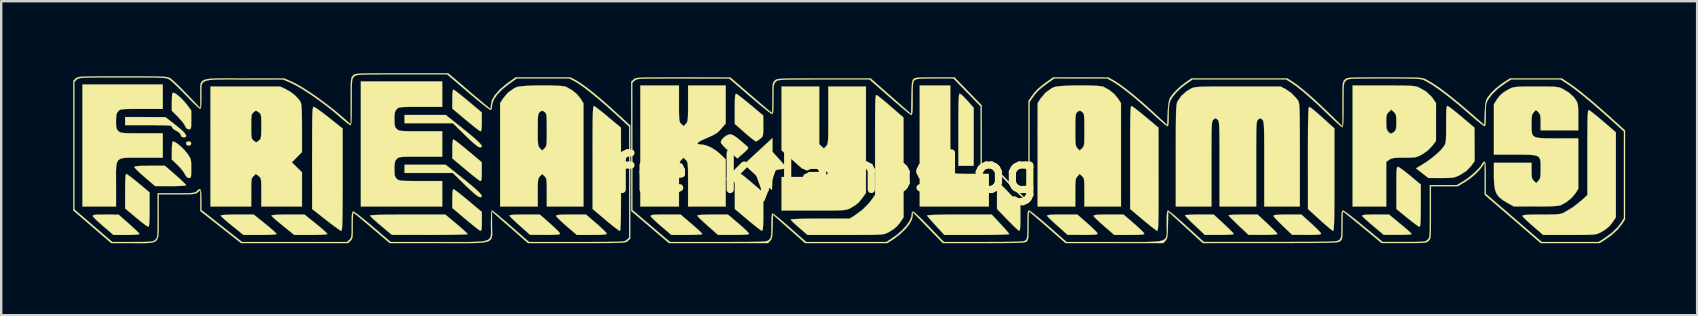
<source format=kicad_pcb>
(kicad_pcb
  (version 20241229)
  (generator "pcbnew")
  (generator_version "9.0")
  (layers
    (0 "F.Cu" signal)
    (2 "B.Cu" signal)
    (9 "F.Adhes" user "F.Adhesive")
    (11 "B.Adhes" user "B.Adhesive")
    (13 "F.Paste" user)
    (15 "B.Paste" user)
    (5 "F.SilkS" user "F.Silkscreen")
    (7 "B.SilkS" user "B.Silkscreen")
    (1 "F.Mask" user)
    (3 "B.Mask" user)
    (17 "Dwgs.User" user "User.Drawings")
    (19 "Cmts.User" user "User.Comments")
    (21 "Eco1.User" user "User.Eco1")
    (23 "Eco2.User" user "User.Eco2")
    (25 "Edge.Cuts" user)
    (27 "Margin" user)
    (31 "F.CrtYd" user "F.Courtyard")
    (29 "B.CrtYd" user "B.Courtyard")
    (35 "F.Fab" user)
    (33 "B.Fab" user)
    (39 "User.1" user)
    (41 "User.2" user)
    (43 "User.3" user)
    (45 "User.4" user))
  (footprint "freakylampsLogo"
    (layer "F.Cu")
    (at 32.051 4.154)
    (property "Reference" "freakylampsLogo" (at 0 0 0) (layer "F.SilkS") (effects (font (size 1.524 1.524) (thickness 0.3))))
    (attr through_hole)
    (fp_poly (pts (xy -27.159 -1.292) (xy -27.136 -1.228) (xy -27.16 -1.161) (xy -27.241 -1.143) (xy -27.324 -1.163) (xy -27.347 -1.228) (xy -27.323 -1.294) (xy -27.241 -1.312) (xy -27.159 -1.292)) (stroke (width 0.01) (type solid)) (fill yes) (layer "F.SilkS"))
    (fp_poly (pts (xy -16.531 -0.338) (xy -15.79 0.253) (xy -15.51 0.481) (xy -15.296 0.664) (xy -15.146 0.804) (xy -15.057 0.905) (xy -15.026 0.971) (xy -15.051 1.004) (xy -15.121 1.008) (xy -15.193 0.973) (xy -15.316 0.879) (xy -15.484 0.731) (xy -15.693 0.533) (xy -15.727 0.5) (xy -16.235 0.000094) (xy -18.246 0) (xy -18.246 -0.339) (xy -16.531 -0.338)) (stroke (width 0.01) (type solid)) (fill yes) (layer "F.SilkS"))
    (fp_poly (pts (xy 4.935 -3.272) (xy 5.026 -3.192) (xy 5.14 -3.076) (xy 5.201 -3.009) (xy 5.461 -2.717) (xy 5.461 -0.296) (xy 4.826 -0.296) (xy 4.826 -1.799) (xy 4.826 -2.205) (xy 4.828 -2.535) (xy 4.831 -2.794) (xy 4.836 -2.991) (xy 4.843 -3.132) (xy 4.852 -3.226) (xy 4.864 -3.28) (xy 4.879 -3.301) (xy 4.883 -3.302) (xy 4.935 -3.272)) (stroke (width 0.01) (type solid)) (fill yes) (layer "F.SilkS"))
    (fp_poly (pts (xy -17.388 -2.413) (xy -16.531 -2.413) (xy -15.79 -1.821) (xy -15.51 -1.593) (xy -15.296 -1.411) (xy -15.146 -1.27) (xy -15.057 -1.169) (xy -15.026 -1.104) (xy -15.051 -1.071) (xy -15.121 -1.067) (xy -15.193 -1.101) (xy -15.316 -1.195) (xy -15.484 -1.343) (xy -15.693 -1.541) (xy -15.727 -1.575) (xy -16.235 -2.074) (xy -18.246 -2.074) (xy -18.246 -2.413) (xy -17.388 -2.413)) (stroke (width 0.01) (type solid)) (fill yes) (layer "F.SilkS"))
    (fp_poly (pts (xy -4.617 -1.596) (xy -4.535 -1.558) (xy -4.426 -1.484) (xy -4.281 -1.369) (xy -4.09 -1.207) (xy -3.946 -1.08) (xy -3.931 -1.043) (xy -3.961 -0.987) (xy -4.046 -0.9) (xy -4.137 -0.818) (xy -4.382 -0.605) (xy -4.721 -0.894) (xy -4.863 -1.022) (xy -4.978 -1.139) (xy -5.052 -1.229) (xy -5.072 -1.267) (xy -5.049 -1.357) (xy -4.97 -1.456) (xy -4.86 -1.543) (xy -4.741 -1.598) (xy -4.683 -1.607) (xy -4.617 -1.596)) (stroke (width 0.01) (type solid)) (fill yes) (layer "F.SilkS"))
    (fp_poly (pts (xy -16.167 -3.445) (xy -16.069 -3.373) (xy -15.929 -3.264) (xy -15.758 -3.126) (xy -15.6 -2.995) (xy -15.031 -2.519) (xy -15.03 -2.127) (xy -15.033 -1.929) (xy -15.044 -1.805) (xy -15.064 -1.745) (xy -15.081 -1.737) (xy -15.13 -1.763) (xy -15.231 -1.836) (xy -15.373 -1.946) (xy -15.544 -2.084) (xy -15.695 -2.21) (xy -16.256 -2.681) (xy -16.256 -3.076) (xy -16.252 -3.271) (xy -16.239 -3.405) (xy -16.219 -3.468) (xy -16.212 -3.471) (xy -16.167 -3.445)) (stroke (width 0.01) (type solid)) (fill yes) (layer "F.SilkS"))
    (fp_poly (pts (xy -16.167 -1.371) (xy -16.069 -1.299) (xy -15.929 -1.19) (xy -15.758 -1.052) (xy -15.6 -0.921) (xy -15.031 -0.445) (xy -15.03 -0.053) (xy -15.033 0.146) (xy -15.044 0.27) (xy -15.064 0.329) (xy -15.081 0.338) (xy -15.13 0.311) (xy -15.231 0.238) (xy -15.373 0.129) (xy -15.544 -0.01) (xy -15.695 -0.135) (xy -16.256 -0.607) (xy -16.256 -1.002) (xy -16.252 -1.196) (xy -16.239 -1.33) (xy -16.219 -1.393) (xy -16.212 -1.397) (xy -16.167 -1.371)) (stroke (width 0.01) (type solid)) (fill yes) (layer "F.SilkS"))
    (fp_poly (pts (xy -16.163 0.703) (xy -16.063 0.776) (xy -15.923 0.885) (xy -15.752 1.023) (xy -15.595 1.153) (xy -15.028 1.629) (xy -15.028 2.021) (xy -15.032 2.22) (xy -15.043 2.344) (xy -15.064 2.403) (xy -15.081 2.411) (xy -15.13 2.384) (xy -15.23 2.311) (xy -15.372 2.2) (xy -15.543 2.061) (xy -15.695 1.935) (xy -16.256 1.46) (xy -16.256 1.069) (xy -16.251 0.856) (xy -16.236 0.726) (xy -16.211 0.678) (xy -16.209 0.677) (xy -16.163 0.703)) (stroke (width 0.01) (type solid)) (fill yes) (layer "F.SilkS"))
    (fp_poly (pts (xy -2.921 -0.881) (xy -2.625 -0.553) (xy -2.502 -0.416) (xy -2.404 -0.302) (xy -2.343 -0.226) (xy -2.328 -0.203) (xy -2.367 -0.187) (xy -2.465 -0.169) (xy -2.564 -0.157) (xy -2.706 -0.135) (xy -2.817 -0.104) (xy -2.859 -0.084) (xy -2.894 -0.014) (xy -2.918 0.13) (xy -2.93 0.338) (xy -2.942 0.711) (xy -4.103 -0.358) (xy -3.713 -0.719) (xy -3.54 -0.879) (xy -3.368 -1.038) (xy -3.218 -1.177) (xy -3.122 -1.265) (xy -2.921 -1.451) (xy -2.921 -0.881)) (stroke (width 0.01) (type solid)) (fill yes) (layer "F.SilkS"))
    (fp_poly (pts (xy 4.487 -1.869) (xy 4.488 -1.434) (xy 4.488 -1.076) (xy 4.49 -0.787) (xy 4.493 -0.559) (xy 4.497 -0.384) (xy 4.504 -0.255) (xy 4.513 -0.164) (xy 4.524 -0.102) (xy 4.538 -0.063) (xy 4.555 -0.037) (xy 4.565 -0.028) (xy 4.605 -0.002) (xy 4.667 0.017) (xy 4.765 0.03) (xy 4.909 0.038) (xy 5.115 0.041) (xy 5.369 0.042) (xy 6.096 0.042) (xy 6.096 1.397) (xy 3.217 1.397) (xy 3.217 -3.641) (xy 4.487 -3.641) (xy 4.487 -1.869)) (stroke (width 0.01) (type solid)) (fill yes) (layer "F.SilkS"))
    (fp_poly (pts (xy -30.705 1.737) (xy -30.163 1.738) (xy -29.729 2.119) (xy -29.57 2.262) (xy -29.437 2.386) (xy -29.342 2.481) (xy -29.297 2.535) (xy -29.295 2.542) (xy -29.335 2.558) (xy -29.448 2.571) (xy -29.621 2.579) (xy -29.834 2.582) (xy -30.374 2.582) (xy -30.797 2.221) (xy -30.957 2.081) (xy -31.091 1.957) (xy -31.187 1.86) (xy -31.233 1.802) (xy -31.235 1.798) (xy -31.228 1.772) (xy -31.187 1.754) (xy -31.099 1.743) (xy -30.953 1.738) (xy -30.735 1.737) (xy -30.705 1.737)) (stroke (width 0.01) (type solid)) (fill yes) (layer "F.SilkS"))
    (fp_poly (pts (xy -27.788 0.088) (xy -27.628 0.23) (xy -27.494 0.354) (xy -27.397 0.449) (xy -27.35 0.504) (xy -27.347 0.511) (xy -27.388 0.525) (xy -27.5 0.537) (xy -27.672 0.545) (xy -27.891 0.549) (xy -27.993 0.549) (xy -28.639 0.548) (xy -29.069 0.179) (xy -29.229 0.039) (xy -29.362 -0.085) (xy -29.457 -0.181) (xy -29.501 -0.237) (xy -29.503 -0.243) (xy -29.483 -0.265) (xy -29.414 -0.28) (xy -29.287 -0.29) (xy -29.091 -0.295) (xy -28.868 -0.296) (xy -28.229 -0.296) (xy -27.788 0.088)) (stroke (width 0.01) (type solid)) (fill yes) (layer "F.SilkS"))
    (fp_poly (pts (xy -24.056 2.118) (xy -23.886 2.257) (xy -23.743 2.379) (xy -23.639 2.474) (xy -23.585 2.531) (xy -23.58 2.541) (xy -23.621 2.557) (xy -23.737 2.569) (xy -23.921 2.578) (xy -24.164 2.582) (xy -24.268 2.582) (xy -24.956 2.582) (xy -25.432 2.2) (xy -25.602 2.061) (xy -25.744 1.939) (xy -25.849 1.844) (xy -25.903 1.787) (xy -25.908 1.777) (xy -25.867 1.761) (xy -25.75 1.749) (xy -25.566 1.74) (xy -25.324 1.736) (xy -25.22 1.736) (xy -24.531 1.736) (xy -24.056 2.118)) (stroke (width 0.01) (type solid)) (fill yes) (layer "F.SilkS"))
    (fp_poly (pts (xy -21.939 2.118) (xy -21.769 2.257) (xy -21.627 2.379) (xy -21.522 2.474) (xy -21.468 2.531) (xy -21.463 2.541) (xy -21.504 2.557) (xy -21.621 2.569) (xy -21.805 2.578) (xy -22.047 2.582) (xy -22.151 2.582) (xy -22.84 2.582) (xy -23.315 2.2) (xy -23.485 2.061) (xy -23.628 1.939) (xy -23.732 1.844) (xy -23.786 1.787) (xy -23.791 1.777) (xy -23.75 1.761) (xy -23.634 1.749) (xy -23.45 1.74) (xy -23.207 1.736) (xy -23.103 1.736) (xy -22.415 1.736) (xy -21.939 2.118)) (stroke (width 0.01) (type solid)) (fill yes) (layer "F.SilkS"))
    (fp_poly (pts (xy -12.19 2.105) (xy -12.034 2.247) (xy -11.904 2.371) (xy -11.812 2.468) (xy -11.77 2.523) (xy -11.769 2.529) (xy -11.789 2.551) (xy -11.858 2.566) (xy -11.983 2.575) (xy -12.176 2.58) (xy -12.393 2.58) (xy -13.018 2.578) (xy -13.439 2.204) (xy -13.597 2.062) (xy -13.73 1.937) (xy -13.826 1.842) (xy -13.874 1.788) (xy -13.877 1.783) (xy -13.853 1.763) (xy -13.763 1.749) (xy -13.601 1.74) (xy -13.362 1.736) (xy -13.252 1.736) (xy -12.612 1.736) (xy -12.19 2.105)) (stroke (width 0.01) (type solid)) (fill yes) (layer "F.SilkS"))
    (fp_poly (pts (xy -10.257 2.106) (xy -10.098 2.247) (xy -9.965 2.371) (xy -9.87 2.467) (xy -9.826 2.523) (xy -9.824 2.529) (xy -9.844 2.551) (xy -9.914 2.566) (xy -10.043 2.576) (xy -10.24 2.581) (xy -10.447 2.582) (xy -11.072 2.582) (xy -11.502 2.212) (xy -11.661 2.071) (xy -11.794 1.947) (xy -11.889 1.851) (xy -11.933 1.795) (xy -11.935 1.789) (xy -11.915 1.767) (xy -11.845 1.752) (xy -11.716 1.742) (xy -11.52 1.737) (xy -11.313 1.736) (xy -10.688 1.736) (xy -10.257 2.106)) (stroke (width 0.01) (type solid)) (fill yes) (layer "F.SilkS"))
    (fp_poly (pts (xy -4.338 2.106) (xy -4.177 2.246) (xy -4.042 2.37) (xy -3.946 2.466) (xy -3.9 2.523) (xy -3.897 2.529) (xy -3.917 2.551) (xy -3.986 2.566) (xy -4.113 2.575) (xy -4.307 2.58) (xy -4.54 2.581) (xy -5.186 2.58) (xy -5.62 2.199) (xy -5.778 2.056) (xy -5.911 1.932) (xy -6.006 1.837) (xy -6.051 1.783) (xy -6.054 1.776) (xy -6.013 1.761) (xy -5.898 1.748) (xy -5.719 1.74) (xy -5.486 1.736) (xy -5.415 1.736) (xy -4.776 1.736) (xy -4.338 2.106)) (stroke (width 0.01) (type solid)) (fill yes) (layer "F.SilkS"))
    (fp_poly (pts (xy 6.514 0.41) (xy 6.601 0.491) (xy 6.724 0.613) (xy 6.872 0.765) (xy 6.959 0.857) (xy 7.406 1.333) (xy 7.407 1.873) (xy 7.406 2.109) (xy 7.399 2.269) (xy 7.386 2.365) (xy 7.366 2.405) (xy 7.355 2.407) (xy 7.309 2.376) (xy 7.216 2.294) (xy 7.088 2.172) (xy 6.938 2.022) (xy 6.869 1.95) (xy 6.435 1.499) (xy 6.435 0.94) (xy 6.437 0.733) (xy 6.445 0.561) (xy 6.456 0.439) (xy 6.47 0.383) (xy 6.473 0.381) (xy 6.514 0.41)) (stroke (width 0.01) (type solid)) (fill yes) (layer "F.SilkS"))
    (fp_poly (pts (xy 10.204 2.105) (xy 10.361 2.247) (xy 10.491 2.371) (xy 10.583 2.468) (xy 10.624 2.523) (xy 10.626 2.529) (xy 10.605 2.551) (xy 10.537 2.566) (xy 10.411 2.575) (xy 10.218 2.58) (xy 10.001 2.58) (xy 9.377 2.578) (xy 8.955 2.204) (xy 8.798 2.062) (xy 8.664 1.937) (xy 8.568 1.842) (xy 8.52 1.788) (xy 8.518 1.783) (xy 8.541 1.763) (xy 8.632 1.749) (xy 8.793 1.74) (xy 9.032 1.736) (xy 9.142 1.736) (xy 9.783 1.736) (xy 10.204 2.105)) (stroke (width 0.01) (type solid)) (fill yes) (layer "F.SilkS"))
    (fp_poly (pts (xy 12.137 2.106) (xy 12.296 2.247) (xy 12.429 2.371) (xy 12.524 2.467) (xy 12.568 2.523) (xy 12.57 2.529) (xy 12.55 2.551) (xy 12.48 2.566) (xy 12.351 2.576) (xy 12.155 2.581) (xy 11.948 2.582) (xy 11.323 2.582) (xy 10.892 2.212) (xy 10.733 2.071) (xy 10.6 1.947) (xy 10.505 1.851) (xy 10.461 1.795) (xy 10.459 1.789) (xy 10.479 1.767) (xy 10.549 1.752) (xy 10.678 1.742) (xy 10.875 1.737) (xy 11.082 1.736) (xy 11.707 1.736) (xy 12.137 2.106)) (stroke (width 0.01) (type solid)) (fill yes) (layer "F.SilkS"))
    (fp_poly (pts (xy 15.88 2.121) (xy 16.034 2.266) (xy 16.162 2.392) (xy 16.254 2.487) (xy 16.297 2.54) (xy 16.298 2.545) (xy 16.259 2.558) (xy 16.149 2.569) (xy 15.985 2.577) (xy 15.781 2.581) (xy 15.695 2.581) (xy 15.092 2.58) (xy 14.678 2.189) (xy 14.526 2.044) (xy 14.399 1.918) (xy 14.309 1.823) (xy 14.267 1.772) (xy 14.265 1.767) (xy 14.305 1.756) (xy 14.415 1.746) (xy 14.579 1.74) (xy 14.783 1.736) (xy 14.864 1.736) (xy 15.462 1.736) (xy 15.88 2.121)) (stroke (width 0.01) (type solid)) (fill yes) (layer "F.SilkS"))
    (fp_poly (pts (xy 17.293 1.737) (xy 17.706 2.121) (xy 17.858 2.266) (xy 17.986 2.391) (xy 18.076 2.486) (xy 18.117 2.539) (xy 18.119 2.544) (xy 18.079 2.558) (xy 17.968 2.569) (xy 17.801 2.577) (xy 17.593 2.58) (xy 17.515 2.58) (xy 16.912 2.578) (xy 16.499 2.189) (xy 16.347 2.043) (xy 16.22 1.917) (xy 16.13 1.823) (xy 16.088 1.772) (xy 16.086 1.767) (xy 16.126 1.756) (xy 16.236 1.747) (xy 16.4 1.74) (xy 16.604 1.736) (xy 16.69 1.736) (xy 17.293 1.737)) (stroke (width 0.01) (type solid)) (fill yes) (layer "F.SilkS"))
    (fp_poly (pts (xy 19.524 2.106) (xy 19.677 2.249) (xy 19.804 2.374) (xy 19.894 2.471) (xy 19.934 2.525) (xy 19.936 2.529) (xy 19.916 2.551) (xy 19.846 2.567) (xy 19.718 2.576) (xy 19.521 2.58) (xy 19.336 2.58) (xy 18.733 2.578) (xy 18.341 2.206) (xy 18.193 2.062) (xy 18.071 1.936) (xy 17.986 1.84) (xy 17.95 1.788) (xy 17.949 1.785) (xy 17.979 1.763) (xy 18.072 1.748) (xy 18.236 1.739) (xy 18.476 1.736) (xy 18.532 1.736) (xy 19.115 1.736) (xy 19.524 2.106)) (stroke (width 0.01) (type solid)) (fill yes) (layer "F.SilkS"))
    (fp_poly (pts (xy 23.236 2.122) (xy 23.403 2.262) (xy 23.545 2.384) (xy 23.648 2.479) (xy 23.702 2.536) (xy 23.707 2.545) (xy 23.667 2.558) (xy 23.558 2.569) (xy 23.394 2.576) (xy 23.192 2.579) (xy 23.125 2.579) (xy 22.543 2.576) (xy 22.1 2.204) (xy 21.937 2.064) (xy 21.798 1.941) (xy 21.697 1.846) (xy 21.645 1.79) (xy 21.641 1.784) (xy 21.663 1.763) (xy 21.751 1.748) (xy 21.909 1.739) (xy 22.144 1.736) (xy 22.195 1.736) (xy 22.765 1.736) (xy 23.236 2.122)) (stroke (width 0.01) (type solid)) (fill yes) (layer "F.SilkS"))
    (fp_poly (pts (xy -29.793 0.068) (xy -29.694 0.139) (xy -29.556 0.245) (xy -29.393 0.377) (xy -29.333 0.427) (xy -28.871 0.811) (xy -28.871 1.528) (xy -28.873 1.804) (xy -28.878 2.005) (xy -28.887 2.139) (xy -28.901 2.216) (xy -28.921 2.243) (xy -28.924 2.243) (xy -28.974 2.217) (xy -29.075 2.146) (xy -29.214 2.039) (xy -29.377 1.907) (xy -29.432 1.861) (xy -29.887 1.479) (xy -29.887 0.761) (xy -29.885 0.464) (xy -29.878 0.248) (xy -29.866 0.111) (xy -29.849 0.048) (xy -29.841 0.042) (xy -29.793 0.068)) (stroke (width 0.01) (type solid)) (fill yes) (layer "F.SilkS"))
    (fp_poly (pts (xy -6.294 2.122) (xy -6.131 2.263) (xy -5.995 2.387) (xy -5.895 2.482) (xy -5.846 2.537) (xy -5.842 2.545) (xy -5.882 2.558) (xy -5.992 2.569) (xy -6.158 2.577) (xy -6.364 2.581) (xy -6.488 2.582) (xy -7.133 2.582) (xy -7.556 2.221) (xy -7.716 2.081) (xy -7.85 1.957) (xy -7.946 1.86) (xy -7.992 1.802) (xy -7.994 1.798) (xy -7.987 1.773) (xy -7.948 1.756) (xy -7.865 1.745) (xy -7.727 1.739) (xy -7.521 1.736) (xy -7.377 1.736) (xy -6.747 1.736) (xy -6.294 2.122)) (stroke (width 0.01) (type solid)) (fill yes) (layer "F.SilkS"))
    (fp_poly (pts (xy -27.801 -3.31) (xy -27.681 -3.225) (xy -27.543 -3.101) (xy -27.405 -2.953) (xy -27.32 -2.847) (xy -27.137 -2.603) (xy -27.136 -2.212) (xy -27.137 -2.029) (xy -27.142 -1.914) (xy -27.156 -1.852) (xy -27.183 -1.826) (xy -27.227 -1.82) (xy -27.237 -1.82) (xy -27.323 -1.846) (xy -27.379 -1.936) (xy -27.384 -1.949) (xy -27.435 -2.039) (xy -27.53 -2.163) (xy -27.65 -2.299) (xy -27.684 -2.334) (xy -27.94 -2.589) (xy -27.94 -2.967) (xy -27.936 -3.162) (xy -27.924 -3.282) (xy -27.902 -3.337) (xy -27.887 -3.343) (xy -27.801 -3.31)) (stroke (width 0.01) (type solid)) (fill yes) (layer "F.SilkS"))
    (fp_poly (pts (xy -29.051 -2.326) (xy -28.215 -2.324) (xy -27.792 -1.997) (xy -27.569 -1.816) (xy -27.422 -1.674) (xy -27.35 -1.571) (xy -27.353 -1.507) (xy -27.431 -1.482) (xy -27.447 -1.482) (xy -27.535 -1.505) (xy -27.567 -1.577) (xy -27.621 -1.669) (xy -27.758 -1.757) (xy -27.759 -1.757) (xy -27.877 -1.829) (xy -27.935 -1.899) (xy -27.938 -1.916) (xy -27.945 -1.939) (xy -27.968 -1.957) (xy -28.02 -1.971) (xy -28.109 -1.98) (xy -28.246 -1.985) (xy -28.442 -1.988) (xy -28.705 -1.99) (xy -28.914 -1.99) (xy -29.887 -1.99) (xy -29.887 -2.328) (xy -29.051 -2.326)) (stroke (width 0.01) (type solid)) (fill yes) (layer "F.SilkS"))
    (fp_poly (pts (xy -4.371 -0.058) (xy -4.267 0.015) (xy -4.124 0.125) (xy -3.954 0.263) (xy -3.831 0.366) (xy -3.302 0.817) (xy -3.302 1.615) (xy -3.303 1.908) (xy -3.308 2.126) (xy -3.316 2.276) (xy -3.328 2.367) (xy -3.345 2.408) (xy -3.355 2.412) (xy -3.404 2.386) (xy -3.504 2.313) (xy -3.646 2.204) (xy -3.815 2.067) (xy -3.947 1.957) (xy -4.485 1.503) (xy -4.486 0.709) (xy -4.486 0.428) (xy -4.483 0.22) (xy -4.477 0.076) (xy -4.467 -0.016) (xy -4.452 -0.065) (xy -4.432 -0.084) (xy -4.423 -0.085) (xy -4.371 -0.058)) (stroke (width 0.01) (type solid)) (fill yes) (layer "F.SilkS"))
    (fp_poly (pts (xy 23.191 -0.228) (xy 23.296 -0.157) (xy 23.438 -0.051) (xy 23.602 0.08) (xy 23.644 0.116) (xy 24.088 0.486) (xy 24.088 1.365) (xy 24.086 1.674) (xy 24.083 1.907) (xy 24.075 2.072) (xy 24.065 2.178) (xy 24.05 2.232) (xy 24.035 2.244) (xy 23.984 2.218) (xy 23.882 2.148) (xy 23.742 2.043) (xy 23.578 1.914) (xy 23.528 1.873) (xy 23.074 1.503) (xy 23.073 0.624) (xy 23.073 0.327) (xy 23.075 0.104) (xy 23.08 -0.055) (xy 23.089 -0.16) (xy 23.102 -0.221) (xy 23.119 -0.249) (xy 23.136 -0.254) (xy 23.191 -0.228)) (stroke (width 0.01) (type solid)) (fill yes) (layer "F.SilkS"))
    (fp_poly (pts (xy 6.579 2.125) (xy 6.717 2.275) (xy 6.831 2.404) (xy 6.91 2.499) (xy 6.942 2.547) (xy 6.943 2.548) (xy 6.902 2.557) (xy 6.787 2.564) (xy 6.607 2.571) (xy 6.372 2.576) (xy 6.093 2.58) (xy 5.78 2.582) (xy 5.591 2.582) (xy 4.239 2.582) (xy 3.887 2.199) (xy 3.751 2.048) (xy 3.636 1.919) (xy 3.556 1.823) (xy 3.521 1.776) (xy 3.521 1.775) (xy 3.558 1.764) (xy 3.674 1.755) (xy 3.862 1.747) (xy 4.118 1.741) (xy 4.434 1.737) (xy 4.805 1.736) (xy 4.861 1.736) (xy 6.216 1.736) (xy 6.579 2.125)) (stroke (width 0.01) (type solid)) (fill yes) (layer "F.SilkS"))
    (fp_poly (pts (xy -16.085 2.123) (xy -15.919 2.264) (xy -15.78 2.388) (xy -15.678 2.482) (xy -15.625 2.538) (xy -15.621 2.547) (xy -15.662 2.555) (xy -15.778 2.562) (xy -15.96 2.569) (xy -16.199 2.574) (xy -16.486 2.578) (xy -16.811 2.581) (xy -17.164 2.582) (xy -17.198 2.582) (xy -18.775 2.581) (xy -19.23 2.199) (xy -19.394 2.059) (xy -19.532 1.936) (xy -19.632 1.841) (xy -19.681 1.785) (xy -19.685 1.777) (xy -19.643 1.765) (xy -19.522 1.756) (xy -19.324 1.748) (xy -19.055 1.742) (xy -18.719 1.738) (xy -18.32 1.736) (xy -18.117 1.736) (xy -16.55 1.736) (xy -16.085 2.123)) (stroke (width 0.01) (type solid)) (fill yes) (layer "F.SilkS"))
    (fp_poly (pts (xy -4.427 -3.295) (xy -4.376 -3.264) (xy -4.272 -3.188) (xy -4.129 -3.075) (xy -3.958 -2.937) (xy -3.837 -2.836) (xy -3.306 -2.392) (xy -3.304 -1.962) (xy -3.304 -1.767) (xy -3.309 -1.638) (xy -3.323 -1.555) (xy -3.352 -1.499) (xy -3.399 -1.45) (xy -3.432 -1.422) (xy -3.527 -1.353) (xy -3.6 -1.316) (xy -3.612 -1.315) (xy -3.661 -1.342) (xy -3.759 -1.416) (xy -3.894 -1.524) (xy -4.05 -1.657) (xy -4.075 -1.679) (xy -4.487 -2.041) (xy -4.487 -2.675) (xy -4.486 -2.923) (xy -4.482 -3.098) (xy -4.473 -3.211) (xy -4.459 -3.273) (xy -4.439 -3.295) (xy -4.427 -3.295)) (stroke (width 0.01) (type solid)) (fill yes) (layer "F.SilkS"))
    (fp_poly (pts (xy -27.808 -1.282) (xy -27.687 -1.201) (xy -27.551 -1.086) (xy -27.417 -0.952) (xy -27.307 -0.818) (xy -27.227 -0.703) (xy -27.177 -0.614) (xy -27.15 -0.525) (xy -27.138 -0.409) (xy -27.136 -0.242) (xy -27.136 -0.184) (xy -27.137 0.001) (xy -27.142 0.117) (xy -27.156 0.18) (xy -27.183 0.206) (xy -27.225 0.211) (xy -27.231 0.211) (xy -27.312 0.181) (xy -27.382 0.085) (xy -27.401 0.046) (xy -27.471 -0.066) (xy -27.581 -0.203) (xy -27.708 -0.336) (xy -27.708 -0.336) (xy -27.94 -0.555) (xy -27.94 -0.934) (xy -27.935 -1.132) (xy -27.921 -1.26) (xy -27.898 -1.312) (xy -27.895 -1.312) (xy -27.808 -1.282)) (stroke (width 0.01) (type solid)) (fill yes) (layer "F.SilkS"))
    (fp_poly (pts (xy 19.49 -2.725) (xy 19.589 -2.65) (xy 19.726 -2.537) (xy 19.889 -2.395) (xy 19.992 -2.303) (xy 20.489 -1.854) (xy 20.489 0.28) (xy 20.489 0.779) (xy 20.488 1.199) (xy 20.485 1.546) (xy 20.482 1.825) (xy 20.477 2.043) (xy 20.47 2.204) (xy 20.462 2.315) (xy 20.452 2.382) (xy 20.441 2.409) (xy 20.436 2.411) (xy 20.388 2.383) (xy 20.29 2.307) (xy 20.154 2.193) (xy 19.992 2.051) (xy 19.887 1.956) (xy 19.39 1.503) (xy 19.389 -0.624) (xy 19.389 -1.122) (xy 19.391 -1.54) (xy 19.393 -1.885) (xy 19.396 -2.163) (xy 19.401 -2.38) (xy 19.408 -2.541) (xy 19.416 -2.652) (xy 19.425 -2.72) (xy 19.437 -2.749) (xy 19.442 -2.752) (xy 19.49 -2.725)) (stroke (width 0.01) (type solid)) (fill yes) (layer "F.SilkS"))
    (fp_poly (pts (xy -10.303 -2.756) (xy -10.199 -2.68) (xy -10.056 -2.567) (xy -9.885 -2.429) (xy -9.764 -2.328) (xy -9.233 -1.884) (xy -9.231 0.265) (xy -9.231 0.766) (xy -9.232 1.188) (xy -9.234 1.536) (xy -9.237 1.818) (xy -9.242 2.037) (xy -9.248 2.2) (xy -9.256 2.313) (xy -9.265 2.381) (xy -9.277 2.41) (xy -9.282 2.412) (xy -9.33 2.386) (xy -9.431 2.313) (xy -9.572 2.204) (xy -9.742 2.066) (xy -9.873 1.957) (xy -10.411 1.503) (xy -10.412 -0.649) (xy -10.413 -1.138) (xy -10.412 -1.548) (xy -10.41 -1.887) (xy -10.408 -2.161) (xy -10.404 -2.375) (xy -10.399 -2.537) (xy -10.392 -2.653) (xy -10.383 -2.729) (xy -10.372 -2.771) (xy -10.36 -2.786) (xy -10.354 -2.787) (xy -10.303 -2.756)) (stroke (width 0.01) (type solid)) (fill yes) (layer "F.SilkS"))
    (fp_poly (pts (xy 12.092 -2.756) (xy 12.195 -2.68) (xy 12.339 -2.567) (xy 12.51 -2.429) (xy 12.631 -2.328) (xy 13.161 -1.884) (xy 13.163 0.265) (xy 13.164 0.766) (xy 13.163 1.188) (xy 13.161 1.536) (xy 13.157 1.818) (xy 13.153 2.037) (xy 13.147 2.2) (xy 13.139 2.313) (xy 13.129 2.381) (xy 13.117 2.41) (xy 13.113 2.412) (xy 13.064 2.386) (xy 12.963 2.313) (xy 12.822 2.204) (xy 12.653 2.066) (xy 12.522 1.957) (xy 11.983 1.503) (xy 11.982 -0.649) (xy 11.982 -1.138) (xy 11.982 -1.548) (xy 11.984 -1.887) (xy 11.987 -2.161) (xy 11.991 -2.375) (xy 11.996 -2.537) (xy 12.003 -2.653) (xy 12.011 -2.729) (xy 12.022 -2.771) (xy 12.035 -2.786) (xy 12.04 -2.787) (xy 12.092 -2.756)) (stroke (width 0.01) (type solid)) (fill yes) (layer "F.SilkS"))
    (fp_poly (pts (xy -21.976 -2.726) (xy -21.868 -2.656) (xy -21.72 -2.55) (xy -21.543 -2.416) (xy -21.395 -2.3) (xy -20.828 -1.848) (xy -20.828 0.283) (xy -20.828 0.775) (xy -20.83 1.19) (xy -20.832 1.532) (xy -20.835 1.807) (xy -20.84 2.023) (xy -20.846 2.184) (xy -20.853 2.298) (xy -20.863 2.37) (xy -20.874 2.406) (xy -20.884 2.413) (xy -20.934 2.388) (xy -21.038 2.318) (xy -21.184 2.213) (xy -21.361 2.08) (xy -21.518 1.958) (xy -22.097 1.503) (xy -22.098 -0.624) (xy -22.097 -1.106) (xy -22.097 -1.509) (xy -22.095 -1.842) (xy -22.093 -2.11) (xy -22.089 -2.32) (xy -22.084 -2.48) (xy -22.078 -2.595) (xy -22.069 -2.674) (xy -22.059 -2.721) (xy -22.046 -2.745) (xy -22.031 -2.752) (xy -22.03 -2.752) (xy -21.976 -2.726)) (stroke (width 0.01) (type solid)) (fill yes) (layer "F.SilkS"))
    (fp_poly (pts (xy 25.21 -2.787) (xy 25.263 -2.756) (xy 25.368 -2.679) (xy 25.512 -2.566) (xy 25.682 -2.427) (xy 25.801 -2.328) (xy 26.326 -1.884) (xy 26.329 -1.185) (xy 26.331 -0.487) (xy 26.171 -0.276) (xy 25.984 -0.081) (xy 25.744 0.073) (xy 25.63 0.131) (xy 25.536 0.169) (xy 25.44 0.193) (xy 25.322 0.206) (xy 25.161 0.21) (xy 24.941 0.211) (xy 24.405 0.21) (xy 24.148 0.009) (xy 23.891 -0.192) (xy 24.139 -0.337) (xy 24.35 -0.473) (xy 24.566 -0.633) (xy 24.767 -0.802) (xy 24.932 -0.961) (xy 25.038 -1.089) (xy 25.076 -1.147) (xy 25.104 -1.204) (xy 25.123 -1.273) (xy 25.136 -1.367) (xy 25.142 -1.501) (xy 25.145 -1.688) (xy 25.146 -1.942) (xy 25.146 -2.024) (xy 25.147 -2.301) (xy 25.15 -2.503) (xy 25.156 -2.643) (xy 25.166 -2.729) (xy 25.181 -2.774) (xy 25.201 -2.787) (xy 25.21 -2.787)) (stroke (width 0.01) (type solid)) (fill yes) (layer "F.SilkS"))
    (fp_poly (pts (xy -28.321 -2.667) (xy -29.203 -2.667) (xy -29.497 -2.667) (xy -29.719 -2.665) (xy -29.88 -2.661) (xy -29.992 -2.653) (xy -30.066 -2.64) (xy -30.115 -2.621) (xy -30.151 -2.595) (xy -30.176 -2.569) (xy -30.225 -2.503) (xy -30.253 -2.421) (xy -30.266 -2.297) (xy -30.268 -2.153) (xy -30.265 -1.983) (xy -30.251 -1.874) (xy -30.222 -1.802) (xy -30.17 -1.743) (xy -30.17 -1.743) (xy -30.134 -1.712) (xy -30.091 -1.689) (xy -30.03 -1.673) (xy -29.939 -1.662) (xy -29.806 -1.655) (xy -29.619 -1.652) (xy -29.365 -1.651) (xy -29.197 -1.651) (xy -28.321 -1.651) (xy -28.321 -0.635) (xy -29.203 -0.635) (xy -29.524 -0.637) (xy -29.774 -0.636) (xy -29.961 -0.622) (xy -30.095 -0.587) (xy -30.183 -0.522) (xy -30.236 -0.415) (xy -30.262 -0.259) (xy -30.27 -0.044) (xy -30.269 0.24) (xy -30.268 0.479) (xy -30.268 1.397) (xy -31.665 1.397) (xy -31.665 -3.683) (xy -28.321 -3.683) (xy -28.321 -2.667)) (stroke (width 0.01) (type solid)) (fill yes) (layer "F.SilkS"))
    (fp_poly (pts (xy -0.974 -1.2) (xy -0.875 -1.108) (xy -0.777 -1.016) (xy -0.685 -1.114) (xy -0.658 -1.145) (xy -0.637 -1.181) (xy -0.621 -1.232) (xy -0.609 -1.308) (xy -0.601 -1.419) (xy -0.596 -1.574) (xy -0.594 -1.784) (xy -0.593 -2.06) (xy -0.593 -2.405) (xy -0.593 -3.598) (xy 0.974 -3.598) (xy 0.974 0.832) (xy 0.835 1.027) (xy 0.692 1.205) (xy 0.541 1.339) (xy 0.347 1.456) (xy 0.309 1.476) (xy 0.256 1.501) (xy 0.2 1.521) (xy 0.132 1.537) (xy 0.042 1.548) (xy -0.08 1.556) (xy -0.244 1.561) (xy -0.461 1.564) (xy -0.739 1.566) (xy -1.089 1.566) (xy -1.205 1.566) (xy -2.54 1.566) (xy -2.54 0.169) (xy -1.668 0.169) (xy -1.372 0.169) (xy -1.147 0.166) (xy -0.984 0.161) (xy -0.869 0.151) (xy -0.791 0.137) (xy -0.737 0.117) (xy -0.696 0.09) (xy -0.596 0.012) (xy -0.692 -0.079) (xy -0.745 -0.12) (xy -0.81 -0.147) (xy -0.907 -0.162) (xy -1.054 -0.169) (xy -1.23 -0.171) (xy -1.672 -0.172) (xy -2.106 -0.557) (xy -2.54 -0.942) (xy -2.54 -3.598) (xy -0.974 -3.598) (xy -0.974 -1.2)) (stroke (width 0.01) (type solid)) (fill yes) (layer "F.SilkS"))
    (fp_poly (pts (xy 1.421 -3.243) (xy 1.474 -3.208) (xy 1.579 -3.126) (xy 1.722 -3.009) (xy 1.892 -2.866) (xy 2.012 -2.762) (xy 2.537 -2.307) (xy 2.54 1.848) (xy 2.416 2.036) (xy 2.284 2.205) (xy 2.127 2.342) (xy 1.918 2.469) (xy 1.874 2.492) (xy 1.825 2.515) (xy 1.774 2.534) (xy 1.712 2.549) (xy 1.63 2.561) (xy 1.518 2.569) (xy 1.369 2.575) (xy 1.172 2.579) (xy 0.92 2.581) (xy 0.603 2.582) (xy 0.211 2.582) (xy 0.118 2.582) (xy -1.46 2.582) (xy -1.81 2.28) (xy -1.951 2.155) (xy -2.065 2.048) (xy -2.139 1.972) (xy -2.159 1.942) (xy -2.118 1.932) (xy -2.004 1.924) (xy -1.825 1.917) (xy -1.594 1.911) (xy -1.32 1.907) (xy -1.014 1.905) (xy -0.93 1.905) (xy 0.298 1.905) (xy 0.477 1.793) (xy 0.83 1.536) (xy 1.108 1.254) (xy 1.189 1.15) (xy 1.355 0.918) (xy 1.355 -1.176) (xy 1.355 -1.653) (xy 1.356 -2.052) (xy 1.357 -2.38) (xy 1.36 -2.643) (xy 1.363 -2.849) (xy 1.368 -3.003) (xy 1.375 -3.113) (xy 1.384 -3.185) (xy 1.394 -3.226) (xy 1.407 -3.243) (xy 1.421 -3.243)) (stroke (width 0.01) (type solid)) (fill yes) (layer "F.SilkS"))
    (fp_poly (pts (xy 31.144 -2.586) (xy 31.247 -2.509) (xy 31.39 -2.395) (xy 31.56 -2.254) (xy 31.685 -2.147) (xy 32.216 -1.691) (xy 32.216 1.848) (xy 32.091 2.036) (xy 31.96 2.205) (xy 31.803 2.342) (xy 31.594 2.469) (xy 31.549 2.492) (xy 31.491 2.52) (xy 31.43 2.541) (xy 31.354 2.557) (xy 31.254 2.568) (xy 31.116 2.575) (xy 30.931 2.58) (xy 30.687 2.582) (xy 30.371 2.582) (xy 30.28 2.582) (xy 29.187 2.582) (xy 28.757 2.212) (xy 28.598 2.071) (xy 28.465 1.947) (xy 28.37 1.851) (xy 28.326 1.795) (xy 28.324 1.789) (xy 28.343 1.769) (xy 28.408 1.755) (xy 28.528 1.745) (xy 28.711 1.739) (xy 28.967 1.736) (xy 29.106 1.736) (xy 29.387 1.735) (xy 29.597 1.732) (xy 29.751 1.725) (xy 29.864 1.713) (xy 29.948 1.695) (xy 30.019 1.669) (xy 30.069 1.645) (xy 30.438 1.422) (xy 30.791 1.143) (xy 30.829 1.107) (xy 31.03 0.92) (xy 31.03 -0.856) (xy 31.031 -1.295) (xy 31.032 -1.656) (xy 31.034 -1.948) (xy 31.037 -2.176) (xy 31.042 -2.347) (xy 31.049 -2.47) (xy 31.058 -2.551) (xy 31.069 -2.598) (xy 31.083 -2.616) (xy 31.092 -2.617) (xy 31.144 -2.586)) (stroke (width 0.01) (type solid)) (fill yes) (layer "F.SilkS"))
    (fp_poly (pts (xy -16.679 -2.752) (xy -17.582 -2.752) (xy -17.881 -2.751) (xy -18.106 -2.75) (xy -18.27 -2.746) (xy -18.385 -2.738) (xy -18.462 -2.726) (xy -18.512 -2.708) (xy -18.548 -2.682) (xy -18.577 -2.654) (xy -18.626 -2.588) (xy -18.654 -2.506) (xy -18.667 -2.382) (xy -18.669 -2.238) (xy -18.666 -2.068) (xy -18.652 -1.959) (xy -18.622 -1.887) (xy -18.571 -1.828) (xy -18.571 -1.828) (xy -18.535 -1.797) (xy -18.493 -1.774) (xy -18.433 -1.758) (xy -18.343 -1.747) (xy -18.212 -1.74) (xy -18.027 -1.737) (xy -17.777 -1.736) (xy -17.576 -1.736) (xy -16.679 -1.736) (xy -16.679 -0.677) (xy -17.582 -0.677) (xy -17.881 -0.677) (xy -18.106 -0.676) (xy -18.27 -0.671) (xy -18.385 -0.664) (xy -18.462 -0.652) (xy -18.512 -0.633) (xy -18.548 -0.608) (xy -18.577 -0.579) (xy -18.626 -0.514) (xy -18.654 -0.431) (xy -18.667 -0.308) (xy -18.669 -0.163) (xy -18.666 0.006) (xy -18.652 0.116) (xy -18.622 0.188) (xy -18.571 0.247) (xy -18.571 0.247) (xy -18.535 0.277) (xy -18.493 0.3) (xy -18.433 0.316) (xy -18.343 0.327) (xy -18.212 0.334) (xy -18.027 0.337) (xy -17.777 0.339) (xy -17.576 0.339) (xy -16.679 0.339) (xy -16.679 1.397) (xy -20.066 1.397) (xy -20.066 -3.81) (xy -16.679 -3.81) (xy -16.679 -2.752)) (stroke (width 0.01) (type solid)) (fill yes) (layer "F.SilkS"))
    (fp_poly (pts (xy 22.908 -3.64) (xy 23.202 -3.639) (xy 23.432 -3.636) (xy 23.608 -3.63) (xy 23.741 -3.622) (xy 23.839 -3.61) (xy 23.914 -3.594) (xy 23.976 -3.574) (xy 24.01 -3.56) (xy 24.31 -3.389) (xy 24.543 -3.167) (xy 24.605 -3.083) (xy 24.723 -2.908) (xy 24.722 -2.121) (xy 24.722 -1.333) (xy 24.564 -1.125) (xy 24.373 -0.929) (xy 24.151 -0.777) (xy 24.039 -0.717) (xy 23.947 -0.677) (xy 23.852 -0.653) (xy 23.732 -0.641) (xy 23.567 -0.636) (xy 23.396 -0.636) (xy 23.175 -0.634) (xy 23.02 -0.627) (xy 22.914 -0.612) (xy 22.838 -0.587) (xy 22.775 -0.55) (xy 22.771 -0.547) (xy 22.648 -0.46) (xy 22.648 1.397) (xy 21.251 1.397) (xy 21.251 -2.123) (xy 22.648 -2.123) (xy 22.652 -1.949) (xy 22.668 -1.835) (xy 22.7 -1.758) (xy 22.739 -1.708) (xy 22.811 -1.647) (xy 22.878 -1.644) (xy 22.966 -1.701) (xy 22.998 -1.728) (xy 23.038 -1.781) (xy 23.061 -1.869) (xy 23.071 -2.011) (xy 23.072 -2.116) (xy 23.069 -2.286) (xy 23.056 -2.395) (xy 23.028 -2.468) (xy 22.979 -2.528) (xy 22.966 -2.54) (xy 22.86 -2.639) (xy 22.754 -2.54) (xy 22.699 -2.479) (xy 22.667 -2.41) (xy 22.652 -2.308) (xy 22.648 -2.149) (xy 22.648 -2.123) (xy 21.251 -2.123) (xy 21.251 -3.641) (xy 22.539 -3.641) (xy 22.908 -3.64)) (stroke (width 0.01) (type solid)) (fill yes) (layer "F.SilkS"))
    (fp_poly (pts (xy -6.816 -2.886) (xy -6.815 -2.616) (xy -6.813 -2.418) (xy -6.807 -2.278) (xy -6.797 -2.183) (xy -6.78 -2.121) (xy -6.756 -2.079) (xy -6.722 -2.043) (xy -6.717 -2.039) (xy -6.619 -1.947) (xy -6.527 -2.045) (xy -6.494 -2.085) (xy -6.47 -2.131) (xy -6.453 -2.198) (xy -6.443 -2.298) (xy -6.437 -2.444) (xy -6.435 -2.65) (xy -6.435 -2.892) (xy -6.435 -3.641) (xy -4.868 -3.641) (xy -4.868 -2.062) (xy -5.053 -1.846) (xy -5.154 -1.737) (xy -5.257 -1.652) (xy -5.386 -1.577) (xy -5.562 -1.495) (xy -5.646 -1.46) (xy -5.86 -1.365) (xy -5.993 -1.289) (xy -6.047 -1.233) (xy -6.02 -1.199) (xy -5.911 -1.185) (xy -5.895 -1.185) (xy -5.696 -1.151) (xy -5.472 -1.056) (xy -5.247 -0.912) (xy -5.084 -0.773) (xy -4.868 -0.566) (xy -4.868 1.397) (xy -6.435 1.397) (xy -6.435 0.473) (xy -6.435 0.171) (xy -6.436 -0.059) (xy -6.44 -0.226) (xy -6.448 -0.344) (xy -6.459 -0.423) (xy -6.477 -0.475) (xy -6.501 -0.511) (xy -6.533 -0.543) (xy -6.631 -0.635) (xy -6.723 -0.537) (xy -6.754 -0.502) (xy -6.777 -0.46) (xy -6.793 -0.401) (xy -6.804 -0.313) (xy -6.811 -0.184) (xy -6.814 -0.002) (xy -6.815 0.244) (xy -6.816 0.479) (xy -6.816 1.397) (xy -8.424 1.397) (xy -8.424 -3.641) (xy -6.816 -3.641) (xy -6.816 -2.886)) (stroke (width 0.01) (type solid)) (fill yes) (layer "F.SilkS"))
    (fp_poly (pts (xy -24.881 -3.598) (xy -23.431 -3.598) (xy -23.199 -3.49) (xy -22.988 -3.368) (xy -22.793 -3.213) (xy -22.64 -3.047) (xy -22.581 -2.955) (xy -22.561 -2.897) (xy -22.545 -2.805) (xy -22.534 -2.669) (xy -22.527 -2.478) (xy -22.523 -2.224) (xy -22.521 -1.895) (xy -22.521 -1.856) (xy -22.521 -0.87) (xy -22.945 -0.442) (xy -22.521 -0.024) (xy -22.521 1.397) (xy -24.215 1.397) (xy -24.215 0.807) (xy -24.215 0.574) (xy -24.218 0.409) (xy -24.226 0.299) (xy -24.242 0.229) (xy -24.267 0.183) (xy -24.306 0.146) (xy -24.327 0.129) (xy -24.44 0.04) (xy -24.539 0.133) (xy -24.579 0.175) (xy -24.606 0.222) (xy -24.623 0.291) (xy -24.633 0.397) (xy -24.637 0.555) (xy -24.638 0.78) (xy -24.638 0.812) (xy -24.638 1.397) (xy -26.331 1.397) (xy -26.331 -1.936) (xy -24.638 -1.936) (xy -24.637 -1.72) (xy -24.632 -1.573) (xy -24.62 -1.477) (xy -24.599 -1.416) (xy -24.566 -1.373) (xy -24.543 -1.352) (xy -24.468 -1.295) (xy -24.426 -1.273) (xy -24.382 -1.297) (xy -24.31 -1.352) (xy -24.269 -1.392) (xy -24.242 -1.44) (xy -24.226 -1.515) (xy -24.218 -1.632) (xy -24.215 -1.808) (xy -24.215 -1.94) (xy -24.215 -2.155) (xy -24.219 -2.301) (xy -24.23 -2.396) (xy -24.25 -2.455) (xy -24.283 -2.496) (xy -24.327 -2.53) (xy -24.408 -2.583) (xy -24.461 -2.585) (xy -24.529 -2.535) (xy -24.539 -2.526) (xy -24.581 -2.484) (xy -24.609 -2.435) (xy -24.626 -2.362) (xy -24.635 -2.247) (xy -24.638 -2.074) (xy -24.638 -1.936) (xy -26.331 -1.936) (xy -26.331 -3.598) (xy -24.881 -3.598)) (stroke (width 0.01) (type solid)) (fill yes) (layer "F.SilkS"))
    (fp_poly (pts (xy -12.309 -3.644) (xy -12.054 -3.639) (xy -11.83 -3.63) (xy -11.654 -3.615) (xy -11.542 -3.595) (xy -11.527 -3.59) (xy -11.287 -3.457) (xy -11.074 -3.286) (xy -10.918 -3.098) (xy -10.795 -2.904) (xy -10.795 1.397) (xy -12.319 1.397) (xy -12.319 0.812) (xy -12.32 0.577) (xy -12.323 0.412) (xy -12.332 0.301) (xy -12.349 0.229) (xy -12.375 0.18) (xy -12.413 0.138) (xy -12.417 0.134) (xy -12.515 0.042) (xy -12.608 0.14) (xy -12.645 0.186) (xy -12.671 0.239) (xy -12.687 0.317) (xy -12.696 0.435) (xy -12.699 0.608) (xy -12.7 0.818) (xy -12.7 1.397) (xy -14.266 1.397) (xy -14.266 -1.802) (xy -12.699 -1.802) (xy -12.699 -1.547) (xy -12.696 -1.363) (xy -12.689 -1.235) (xy -12.676 -1.15) (xy -12.655 -1.092) (xy -12.626 -1.049) (xy -12.608 -1.029) (xy -12.515 -0.931) (xy -12.417 -1.023) (xy -12.38 -1.061) (xy -12.354 -1.105) (xy -12.337 -1.169) (xy -12.326 -1.266) (xy -12.321 -1.411) (xy -12.319 -1.617) (xy -12.319 -1.789) (xy -12.32 -2.043) (xy -12.322 -2.225) (xy -12.329 -2.351) (xy -12.342 -2.432) (xy -12.362 -2.484) (xy -12.391 -2.52) (xy -12.413 -2.539) (xy -12.487 -2.589) (xy -12.546 -2.582) (xy -12.602 -2.546) (xy -12.638 -2.516) (xy -12.663 -2.478) (xy -12.68 -2.419) (xy -12.691 -2.324) (xy -12.696 -2.181) (xy -12.698 -1.975) (xy -12.699 -1.802) (xy -14.266 -1.802) (xy -14.266 -2.904) (xy -14.144 -3.098) (xy -13.939 -3.344) (xy -13.679 -3.528) (xy -13.577 -3.576) (xy -13.48 -3.598) (xy -13.314 -3.616) (xy -13.098 -3.63) (xy -12.848 -3.64) (xy -12.579 -3.644) (xy -12.309 -3.644)) (stroke (width 0.01) (type solid)) (fill yes) (layer "F.SilkS"))
    (fp_poly (pts (xy 10.085 -3.644) (xy 10.34 -3.639) (xy 10.564 -3.63) (xy 10.74 -3.615) (xy 10.852 -3.595) (xy 10.867 -3.59) (xy 11.107 -3.457) (xy 11.32 -3.286) (xy 11.476 -3.098) (xy 11.599 -2.904) (xy 11.599 1.397) (xy 10.075 1.397) (xy 10.075 0.812) (xy 10.075 0.577) (xy 10.071 0.412) (xy 10.062 0.301) (xy 10.046 0.229) (xy 10.02 0.18) (xy 9.982 0.138) (xy 9.977 0.134) (xy 9.879 0.042) (xy 9.787 0.14) (xy 9.749 0.186) (xy 9.724 0.239) (xy 9.708 0.317) (xy 9.699 0.435) (xy 9.695 0.608) (xy 9.694 0.818) (xy 9.694 1.397) (xy 8.128 1.397) (xy 8.128 -1.802) (xy 9.696 -1.802) (xy 9.696 -1.547) (xy 9.699 -1.363) (xy 9.706 -1.235) (xy 9.719 -1.15) (xy 9.739 -1.092) (xy 9.769 -1.049) (xy 9.787 -1.029) (xy 9.879 -0.931) (xy 9.977 -1.023) (xy 10.014 -1.061) (xy 10.04 -1.105) (xy 10.058 -1.169) (xy 10.068 -1.266) (xy 10.073 -1.411) (xy 10.075 -1.617) (xy 10.075 -1.789) (xy 10.075 -2.043) (xy 10.072 -2.225) (xy 10.065 -2.351) (xy 10.053 -2.432) (xy 10.033 -2.484) (xy 10.004 -2.52) (xy 9.982 -2.539) (xy 9.907 -2.589) (xy 9.848 -2.582) (xy 9.792 -2.546) (xy 9.757 -2.516) (xy 9.731 -2.478) (xy 9.714 -2.419) (xy 9.704 -2.324) (xy 9.698 -2.181) (xy 9.696 -1.975) (xy 9.696 -1.802) (xy 8.128 -1.802) (xy 8.128 -2.904) (xy 8.251 -3.098) (xy 8.456 -3.344) (xy 8.716 -3.528) (xy 8.817 -3.576) (xy 8.915 -3.598) (xy 9.08 -3.616) (xy 9.296 -3.63) (xy 9.547 -3.64) (xy 9.815 -3.644) (xy 10.085 -3.644)) (stroke (width 0.01) (type solid)) (fill yes) (layer "F.SilkS"))
    (fp_poly (pts (xy 29.197 -3.598) (xy 29.43 -3.595) (xy 29.603 -3.59) (xy 29.73 -3.581) (xy 29.823 -3.567) (xy 29.896 -3.547) (xy 29.961 -3.52) (xy 29.984 -3.509) (xy 30.257 -3.346) (xy 30.457 -3.165) (xy 30.545 -3.045) (xy 30.588 -2.971) (xy 30.617 -2.898) (xy 30.635 -2.808) (xy 30.645 -2.682) (xy 30.649 -2.503) (xy 30.649 -2.329) (xy 30.649 -1.778) (xy 29.083 -1.778) (xy 29.083 -2.109) (xy 29.08 -2.282) (xy 29.068 -2.394) (xy 29.04 -2.467) (xy 28.993 -2.525) (xy 28.985 -2.533) (xy 28.887 -2.625) (xy 28.794 -2.527) (xy 28.75 -2.471) (xy 28.723 -2.403) (xy 28.708 -2.302) (xy 28.703 -2.149) (xy 28.702 -2.026) (xy 28.702 -1.846) (xy 28.71 -1.708) (xy 28.735 -1.605) (xy 28.787 -1.532) (xy 28.876 -1.485) (xy 29.01 -1.457) (xy 29.201 -1.444) (xy 29.457 -1.44) (xy 29.774 -1.439) (xy 30.649 -1.439) (xy 30.649 0.661) (xy 30.526 0.855) (xy 30.37 1.042) (xy 30.157 1.214) (xy 29.917 1.346) (xy 29.828 1.366) (xy 29.664 1.381) (xy 29.422 1.391) (xy 29.1 1.396) (xy 28.88 1.396) (xy 27.961 1.395) (xy 27.73 1.268) (xy 27.518 1.14) (xy 27.362 1.015) (xy 27.254 0.877) (xy 27.186 0.708) (xy 27.15 0.493) (xy 27.136 0.215) (xy 27.136 0.108) (xy 27.136 -0.423) (xy 28.702 -0.423) (xy 28.702 -0.092) (xy 28.705 0.081) (xy 28.717 0.193) (xy 28.745 0.266) (xy 28.792 0.323) (xy 28.8 0.332) (xy 28.898 0.424) (xy 28.991 0.326) (xy 29.035 0.27) (xy 29.062 0.201) (xy 29.077 0.101) (xy 29.082 -0.053) (xy 29.083 -0.175) (xy 29.083 -0.355) (xy 29.075 -0.494) (xy 29.05 -0.597) (xy 28.998 -0.669) (xy 28.909 -0.717) (xy 28.775 -0.745) (xy 28.584 -0.758) (xy 28.328 -0.762) (xy 28.011 -0.762) (xy 27.136 -0.762) (xy 27.136 -2.862) (xy 27.258 -3.054) (xy 27.371 -3.208) (xy 27.506 -3.332) (xy 27.687 -3.448) (xy 27.801 -3.508) (xy 27.865 -3.538) (xy 27.933 -3.561) (xy 28.017 -3.577) (xy 28.129 -3.587) (xy 28.282 -3.594) (xy 28.49 -3.597) (xy 28.765 -3.598) (xy 28.892 -3.598) (xy 29.197 -3.598)) (stroke (width 0.01) (type solid)) (fill yes) (layer "F.SilkS"))
    (fp_poly (pts (xy 18.448 -3.496) (xy 18.689 -3.333) (xy 18.906 -3.109) (xy 18.98 -3.007) (xy 18.996 -2.976) (xy 19.009 -2.932) (xy 19.02 -2.867) (xy 19.029 -2.773) (xy 19.036 -2.644) (xy 19.041 -2.473) (xy 19.045 -2.252) (xy 19.047 -1.974) (xy 19.049 -1.633) (xy 19.05 -1.221) (xy 19.05 -0.753) (xy 19.05 1.397) (xy 17.568 1.397) (xy 17.568 -0.374) (xy 17.568 -0.808) (xy 17.568 -1.165) (xy 17.566 -1.454) (xy 17.563 -1.681) (xy 17.559 -1.855) (xy 17.553 -1.984) (xy 17.544 -2.075) (xy 17.533 -2.137) (xy 17.519 -2.178) (xy 17.502 -2.205) (xy 17.484 -2.223) (xy 17.417 -2.274) (xy 17.367 -2.266) (xy 17.314 -2.223) (xy 17.294 -2.201) (xy 17.277 -2.173) (xy 17.263 -2.13) (xy 17.252 -2.064) (xy 17.244 -1.967) (xy 17.238 -1.832) (xy 17.234 -1.651) (xy 17.232 -1.415) (xy 17.23 -1.117) (xy 17.23 -0.749) (xy 17.23 -0.374) (xy 17.23 1.397) (xy 15.706 1.397) (xy 15.706 -0.374) (xy 15.706 -0.808) (xy 15.705 -1.165) (xy 15.703 -1.454) (xy 15.701 -1.681) (xy 15.697 -1.855) (xy 15.69 -1.984) (xy 15.682 -2.075) (xy 15.671 -2.137) (xy 15.656 -2.178) (xy 15.639 -2.205) (xy 15.621 -2.223) (xy 15.554 -2.274) (xy 15.504 -2.266) (xy 15.452 -2.223) (xy 15.431 -2.201) (xy 15.414 -2.173) (xy 15.4 -2.13) (xy 15.389 -2.064) (xy 15.381 -1.967) (xy 15.375 -1.832) (xy 15.371 -1.651) (xy 15.369 -1.415) (xy 15.368 -1.117) (xy 15.367 -0.749) (xy 15.367 -0.374) (xy 15.367 1.397) (xy 13.885 1.397) (xy 13.885 -0.721) (xy 13.885 -1.201) (xy 13.886 -1.603) (xy 13.887 -1.936) (xy 13.89 -2.206) (xy 13.893 -2.421) (xy 13.898 -2.589) (xy 13.905 -2.717) (xy 13.914 -2.812) (xy 13.926 -2.882) (xy 13.939 -2.934) (xy 13.956 -2.976) (xy 13.966 -2.997) (xy 14.116 -3.209) (xy 14.324 -3.396) (xy 14.508 -3.509) (xy 14.554 -3.531) (xy 14.603 -3.549) (xy 14.663 -3.563) (xy 14.742 -3.575) (xy 14.848 -3.583) (xy 14.99 -3.589) (xy 15.177 -3.594) (xy 15.416 -3.596) (xy 15.715 -3.598) (xy 16.084 -3.598) (xy 16.467 -3.598) (xy 18.248 -3.598) (xy 18.448 -3.496)) (stroke (width 0.01) (type solid)) (fill yes) (layer "F.SilkS"))
    (fp_poly (pts (xy -15.559 -3.408) (xy -15.329 -3.212) (xy -15.12 -3.036) (xy -14.941 -2.886) (xy -14.801 -2.77) (xy -14.707 -2.695) (xy -14.669 -2.667) (xy -14.669 -2.667) (xy -14.655 -2.705) (xy -14.648 -2.798) (xy -14.647 -2.83) (xy -14.606 -3.028) (xy -14.486 -3.24) (xy -14.288 -3.464) (xy -14.017 -3.695) (xy -13.91 -3.773) (xy -13.618 -3.979) (xy -11.336 -3.979) (xy -11.097 -3.851) (xy -10.906 -3.733) (xy -10.664 -3.559) (xy -10.376 -3.333) (xy -10.051 -3.061) (xy -9.694 -2.749) (xy -9.433 -2.512) (xy -8.848 -1.975) (xy -8.848 2.737) (xy -8.946 2.829) (xy -8.969 2.85) (xy -8.997 2.868) (xy -9.035 2.882) (xy -9.091 2.894) (xy -9.173 2.903) (xy -9.288 2.91) (xy -9.444 2.914) (xy -9.648 2.918) (xy -9.906 2.92) (xy -10.228 2.921) (xy -10.619 2.921) (xy -11.075 2.921) (xy -13.106 2.921) (xy -14.605 1.606) (xy -14.605 2.172) (xy -14.602 2.337) (xy -14.599 2.477) (xy -14.6 2.593) (xy -14.615 2.687) (xy -14.648 2.761) (xy -14.706 2.818) (xy -14.797 2.86) (xy -14.927 2.89) (xy -15.102 2.908) (xy -15.329 2.919) (xy -15.615 2.923) (xy -15.967 2.923) (xy -16.39 2.922) (xy -16.833 2.921) (xy -18.866 2.921) (xy -19.612 2.286) (xy -19.825 2.106) (xy -20.016 1.945) (xy -20.176 1.812) (xy -20.296 1.715) (xy -20.367 1.66) (xy -20.381 1.651) (xy -20.39 1.691) (xy -20.397 1.799) (xy -20.402 1.961) (xy -20.405 2.16) (xy -20.405 2.194) (xy -20.406 2.419) (xy -20.41 2.575) (xy -20.42 2.679) (xy -20.439 2.746) (xy -20.469 2.794) (xy -20.503 2.829) (xy -20.601 2.921) (xy -25.059 2.921) (xy -25.907 2.254) (xy -26.754 1.587) (xy -26.755 1.146) (xy -26.755 0.705) (xy -26.853 0.797) (xy -26.892 0.83) (xy -26.938 0.854) (xy -27.003 0.87) (xy -27.101 0.88) (xy -27.246 0.886) (xy -27.449 0.889) (xy -27.72 0.889) (xy -28.49 0.889) (xy -28.49 1.813) (xy -28.489 2.148) (xy -28.49 2.409) (xy -28.503 2.603) (xy -28.537 2.742) (xy -28.601 2.834) (xy -28.705 2.888) (xy -28.859 2.915) (xy -29.07 2.923) (xy -29.348 2.922) (xy -29.576 2.921) (xy -30.467 2.921) (xy -32.046 1.564) (xy -32.046 -1.137) (xy -32.046 -3.795) (xy -32.004 -3.795) (xy -32.004 1.522) (xy -31.214 2.2) (xy -30.424 2.879) (xy -29.576 2.879) (xy -29.287 2.878) (xy -29.071 2.876) (xy -28.914 2.871) (xy -28.806 2.863) (xy -28.733 2.849) (xy -28.684 2.828) (xy -28.645 2.8) (xy -28.631 2.787) (xy -28.599 2.754) (xy -28.574 2.717) (xy -28.557 2.665) (xy -28.545 2.585) (xy -28.538 2.466) (xy -28.534 2.297) (xy -28.533 2.066) (xy -28.533 1.771) (xy -28.533 0.847) (xy -27.756 0.847) (xy -27.48 0.846) (xy -27.276 0.844) (xy -27.132 0.838) (xy -27.035 0.827) (xy -26.972 0.811) (xy -26.93 0.788) (xy -26.903 0.762) (xy -26.827 0.69) (xy -26.774 0.674) (xy -26.739 0.72) (xy -26.72 0.834) (xy -26.713 1.025) (xy -26.712 1.111) (xy -26.712 1.545) (xy -25.865 2.212) (xy -25.017 2.879) (xy -20.643 2.879) (xy -20.545 2.787) (xy -20.505 2.744) (xy -20.477 2.694) (xy -20.46 2.621) (xy -20.451 2.509) (xy -20.448 2.341) (xy -20.447 2.152) (xy -20.446 1.925) (xy -20.441 1.771) (xy -20.43 1.675) (xy -20.413 1.625) (xy -20.388 1.609) (xy -20.381 1.609) (xy -20.331 1.635) (xy -20.227 1.709) (xy -20.079 1.824) (xy -19.897 1.97) (xy -19.691 2.141) (xy -19.569 2.244) (xy -18.824 2.879) (xy -16.833 2.879) (xy -16.345 2.88) (xy -15.935 2.881) (xy -15.596 2.88) (xy -15.321 2.875) (xy -15.105 2.863) (xy -14.939 2.843) (xy -14.818 2.811) (xy -14.734 2.766) (xy -14.681 2.705) (xy -14.653 2.626) (xy -14.642 2.527) (xy -14.642 2.405) (xy -14.646 2.258) (xy -14.647 2.13) (xy -14.644 1.88) (xy -14.635 1.7) (xy -14.62 1.594) (xy -14.604 1.566) (xy -14.561 1.593) (xy -14.464 1.668) (xy -14.323 1.784) (xy -14.146 1.933) (xy -13.944 2.107) (xy -13.812 2.223) (xy -13.063 2.879) (xy -11.075 2.879) (xy -10.613 2.879) (xy -10.229 2.878) (xy -9.914 2.877) (xy -9.662 2.875) (xy -9.464 2.872) (xy -9.314 2.867) (xy -9.203 2.86) (xy -9.125 2.85) (xy -9.071 2.838) (xy -9.035 2.823) (xy -9.008 2.805) (xy -8.988 2.787) (xy -8.89 2.695) (xy -8.89 -1.932) (xy -9.475 -2.47) (xy -9.85 -2.807) (xy -10.198 -3.108) (xy -10.512 -3.366) (xy -10.786 -3.576) (xy -11.013 -3.734) (xy -11.14 -3.809) (xy -11.378 -3.937) (xy -13.576 -3.937) (xy -13.868 -3.73) (xy -14.164 -3.498) (xy -14.386 -3.272) (xy -14.533 -3.055) (xy -14.6 -2.852) (xy -14.605 -2.788) (xy -14.616 -2.673) (xy -14.653 -2.627) (xy -14.669 -2.625) (xy -14.717 -2.651) (xy -14.82 -2.726) (xy -14.969 -2.842) (xy -15.154 -2.992) (xy -15.368 -3.168) (xy -15.6 -3.364) (xy -15.602 -3.365) (xy -16.471 -4.106) (xy -18.361 -4.106) (xy -18.81 -4.106) (xy -19.182 -4.106) (xy -19.485 -4.105) (xy -19.726 -4.102) (xy -19.913 -4.099) (xy -20.054 -4.093) (xy -20.157 -4.086) (xy -20.228 -4.075) (xy -20.277 -4.062) (xy -20.31 -4.046) (xy -20.336 -4.026) (xy -20.349 -4.014) (xy -20.38 -3.983) (xy -20.404 -3.947) (xy -20.422 -3.896) (xy -20.434 -3.818) (xy -20.441 -3.702) (xy -20.445 -3.538) (xy -20.447 -3.313) (xy -20.447 -3.016) (xy -20.447 -2.956) (xy -20.448 -2.63) (xy -20.451 -2.381) (xy -20.458 -2.201) (xy -20.467 -2.081) (xy -20.481 -2.013) (xy -20.498 -1.99) (xy -20.5 -1.99) (xy -20.552 -2.017) (xy -20.65 -2.089) (xy -20.779 -2.195) (xy -20.877 -2.281) (xy -21.177 -2.538) (xy -21.503 -2.798) (xy -21.842 -3.05) (xy -22.178 -3.283) (xy -22.497 -3.489) (xy -22.785 -3.655) (xy -23.022 -3.772) (xy -23.305 -3.892) (xy -24.91 -3.894) (xy -25.349 -3.895) (xy -25.711 -3.895) (xy -26.003 -3.893) (xy -26.233 -3.885) (xy -26.407 -3.867) (xy -26.534 -3.837) (xy -26.621 -3.793) (xy -26.675 -3.731) (xy -26.704 -3.648) (xy -26.715 -3.542) (xy -26.715 -3.41) (xy -26.713 -3.248) (xy -26.712 -3.189) (xy -26.715 -2.948) (xy -26.724 -2.784) (xy -26.74 -2.693) (xy -26.762 -2.667) (xy -26.805 -2.696) (xy -26.897 -2.778) (xy -27.026 -2.902) (xy -27.183 -3.058) (xy -27.355 -3.236) (xy -27.538 -3.423) (xy -27.711 -3.595) (xy -27.861 -3.738) (xy -27.977 -3.842) (xy -28.041 -3.892) (xy -28.078 -3.913) (xy -28.119 -3.931) (xy -28.173 -3.945) (xy -28.246 -3.956) (xy -28.348 -3.964) (xy -28.487 -3.97) (xy -28.669 -3.975) (xy -28.905 -3.977) (xy -29.201 -3.979) (xy -29.566 -3.979) (xy -29.995 -3.979) (xy -30.434 -3.979) (xy -30.796 -3.979) (xy -31.089 -3.978) (xy -31.322 -3.975) (xy -31.501 -3.971) (xy -31.634 -3.965) (xy -31.731 -3.957) (xy -31.797 -3.946) (xy -31.842 -3.932) (xy -31.874 -3.915) (xy -31.899 -3.894) (xy -31.906 -3.887) (xy -32.004 -3.795) (xy -32.046 -3.795) (xy -32.046 -3.838) (xy -31.948 -3.93) (xy -31.923 -3.952) (xy -31.895 -3.97) (xy -31.855 -3.985) (xy -31.795 -3.996) (xy -31.709 -4.005) (xy -31.588 -4.012) (xy -31.424 -4.016) (xy -31.21 -4.019) (xy -30.938 -4.021) (xy -30.599 -4.021) (xy -30.187 -4.022) (xy -29.995 -4.022) (xy -29.55 -4.022) (xy -29.182 -4.021) (xy -28.882 -4.02) (xy -28.643 -4.017) (xy -28.457 -4.013) (xy -28.316 -4.007) (xy -28.211 -3.999) (xy -28.136 -3.988) (xy -28.081 -3.974) (xy -28.04 -3.957) (xy -28.003 -3.937) (xy -27.999 -3.934) (xy -27.925 -3.876) (xy -27.805 -3.767) (xy -27.651 -3.62) (xy -27.477 -3.446) (xy -27.306 -3.271) (xy -26.755 -2.695) (xy -26.755 -3.224) (xy -26.757 -3.396) (xy -26.759 -3.538) (xy -26.753 -3.653) (xy -26.731 -3.744) (xy -26.688 -3.813) (xy -26.614 -3.864) (xy -26.504 -3.899) (xy -26.349 -3.921) (xy -26.142 -3.933) (xy -25.876 -3.937) (xy -25.544 -3.938) (xy -25.138 -3.936) (xy -24.91 -3.936) (xy -23.262 -3.935) (xy -22.972 -3.811) (xy -22.739 -3.696) (xy -22.457 -3.531) (xy -22.141 -3.325) (xy -21.802 -3.089) (xy -21.454 -2.83) (xy -21.11 -2.558) (xy -20.783 -2.282) (xy -20.712 -2.219) (xy -20.489 -2.021) (xy -20.489 -2.993) (xy -20.489 -3.304) (xy -20.488 -3.541) (xy -20.484 -3.717) (xy -20.478 -3.841) (xy -20.467 -3.925) (xy -20.451 -3.981) (xy -20.428 -4.018) (xy -20.398 -4.05) (xy -20.391 -4.057) (xy -20.367 -4.078) (xy -20.339 -4.096) (xy -20.3 -4.111) (xy -20.242 -4.122) (xy -20.157 -4.131) (xy -20.039 -4.138) (xy -19.879 -4.143) (xy -19.67 -4.146) (xy -19.403 -4.148) (xy -19.073 -4.148) (xy -18.67 -4.149) (xy -18.361 -4.149) (xy -16.428 -4.149) (xy -15.559 -3.408)) (stroke (width 0.01) (type solid)) (fill yes) (layer "F.SilkS"))
    (fp_poly (pts (xy 22.983 -3.979) (xy 23.312 -3.978) (xy 23.575 -3.976) (xy 23.779 -3.973) (xy 23.936 -3.967) (xy 24.052 -3.959) (xy 24.139 -3.948) (xy 24.203 -3.934) (xy 24.256 -3.915) (xy 24.305 -3.892) (xy 24.312 -3.889) (xy 24.575 -3.738) (xy 24.886 -3.528) (xy 25.246 -3.257) (xy 25.658 -2.925) (xy 26.123 -2.53) (xy 26.247 -2.421) (xy 26.733 -1.995) (xy 26.755 -2.49) (xy 26.767 -2.715) (xy 26.782 -2.876) (xy 26.805 -2.991) (xy 26.838 -3.079) (xy 26.871 -3.138) (xy 27.01 -3.316) (xy 27.205 -3.508) (xy 27.438 -3.694) (xy 27.577 -3.789) (xy 27.809 -3.937) (xy 29.961 -3.937) (xy 30.273 -3.731) (xy 30.502 -3.569) (xy 30.784 -3.351) (xy 31.114 -3.081) (xy 31.485 -2.764) (xy 31.892 -2.405) (xy 32.054 -2.259) (xy 32.597 -1.769) (xy 32.597 1.931) (xy 32.477 2.119) (xy 32.282 2.363) (xy 32.015 2.603) (xy 31.771 2.775) (xy 31.542 2.921) (xy 29.088 2.921) (xy 27.921 1.917) (xy 26.755 0.913) (xy 26.755 0.234) (xy 26.754 -0.445) (xy 26.668 -0.303) (xy 26.535 -0.129) (xy 26.348 0.059) (xy 26.129 0.24) (xy 25.902 0.392) (xy 25.635 0.55) (xy 24.511 0.55) (xy 24.511 1.644) (xy 24.511 1.976) (xy 24.51 2.234) (xy 24.507 2.428) (xy 24.502 2.568) (xy 24.493 2.666) (xy 24.479 2.731) (xy 24.461 2.775) (xy 24.436 2.806) (xy 24.413 2.829) (xy 24.378 2.859) (xy 24.336 2.882) (xy 24.278 2.898) (xy 24.19 2.909) (xy 24.062 2.916) (xy 23.881 2.919) (xy 23.637 2.92) (xy 23.386 2.92) (xy 22.458 2.919) (xy 21.665 2.264) (xy 21.444 2.082) (xy 21.245 1.92) (xy 21.077 1.784) (xy 20.949 1.682) (xy 20.871 1.622) (xy 20.85 1.609) (xy 20.842 1.648) (xy 20.835 1.757) (xy 20.83 1.92) (xy 20.828 2.122) (xy 20.828 2.184) (xy 20.827 2.416) (xy 20.823 2.579) (xy 20.814 2.687) (xy 20.798 2.756) (xy 20.771 2.802) (xy 20.733 2.838) (xy 20.733 2.839) (xy 20.711 2.854) (xy 20.681 2.868) (xy 20.638 2.879) (xy 20.576 2.889) (xy 20.487 2.897) (xy 20.366 2.903) (xy 20.206 2.908) (xy 20.002 2.912) (xy 19.748 2.915) (xy 19.436 2.917) (xy 19.061 2.918) (xy 18.617 2.919) (xy 18.097 2.919) (xy 17.822 2.919) (xy 15.007 2.921) (xy 14.287 2.263) (xy 13.568 1.606) (xy 13.556 2.167) (xy 13.55 2.398) (xy 13.541 2.561) (xy 13.528 2.671) (xy 13.508 2.745) (xy 13.477 2.797) (xy 13.453 2.824) (xy 13.363 2.921) (xy 9.289 2.921) (xy 8.54 2.265) (xy 8.328 2.08) (xy 8.138 1.915) (xy 7.978 1.778) (xy 7.857 1.677) (xy 7.786 1.619) (xy 7.77 1.609) (xy 7.761 1.648) (xy 7.755 1.758) (xy 7.75 1.921) (xy 7.747 2.124) (xy 7.747 2.195) (xy 7.746 2.433) (xy 7.741 2.601) (xy 7.731 2.714) (xy 7.714 2.786) (xy 7.688 2.832) (xy 7.67 2.851) (xy 7.643 2.869) (xy 7.602 2.883) (xy 7.537 2.894) (xy 7.441 2.903) (xy 7.306 2.91) (xy 7.124 2.915) (xy 6.887 2.918) (xy 6.587 2.92) (xy 6.217 2.921) (xy 5.885 2.921) (xy 4.177 2.921) (xy 3.551 2.275) (xy 2.925 1.63) (xy 2.923 1.782) (xy 2.884 1.948) (xy 2.778 2.138) (xy 2.614 2.34) (xy 2.403 2.543) (xy 2.155 2.735) (xy 2.043 2.809) (xy 1.864 2.921) (xy -1.561 2.921) (xy -2.23 2.329) (xy -2.9 1.738) (xy -2.912 2.233) (xy -2.919 2.45) (xy -2.929 2.6) (xy -2.945 2.7) (xy -2.971 2.767) (xy -3.009 2.818) (xy -3.014 2.825) (xy -3.105 2.921) (xy -7.233 2.921) (xy -8.016 2.254) (xy -8.8 1.587) (xy -8.805 -3.753) (xy -8.763 -3.753) (xy -8.76 -1.104) (xy -8.758 1.545) (xy -7.19 2.879) (xy -5.175 2.879) (xy -4.71 2.879) (xy -4.322 2.878) (xy -4.004 2.877) (xy -3.749 2.875) (xy -3.549 2.872) (xy -3.396 2.867) (xy -3.283 2.86) (xy -3.202 2.851) (xy -3.147 2.839) (xy -3.11 2.824) (xy -3.083 2.806) (xy -3.061 2.787) (xy -3.019 2.742) (xy -2.992 2.689) (xy -2.975 2.612) (xy -2.966 2.494) (xy -2.964 2.316) (xy -2.963 2.194) (xy -2.961 1.966) (xy -2.953 1.814) (xy -2.938 1.726) (xy -2.915 1.694) (xy -2.91 1.694) (xy -2.864 1.721) (xy -2.765 1.796) (xy -2.623 1.912) (xy -2.449 2.059) (xy -2.252 2.23) (xy -2.188 2.286) (xy -1.518 2.879) (xy 1.822 2.879) (xy 2.001 2.766) (xy 2.254 2.588) (xy 2.478 2.394) (xy 2.661 2.195) (xy 2.795 2.003) (xy 2.868 1.831) (xy 2.879 1.75) (xy 2.895 1.641) (xy 2.938 1.609) (xy 2.985 1.638) (xy 3.079 1.72) (xy 3.212 1.845) (xy 3.375 2.005) (xy 3.557 2.19) (xy 3.608 2.244) (xy 4.219 2.879) (xy 5.884 2.879) (xy 6.308 2.878) (xy 6.655 2.877) (xy 6.933 2.875) (xy 7.151 2.871) (xy 7.316 2.866) (xy 7.437 2.858) (xy 7.521 2.849) (xy 7.577 2.836) (xy 7.612 2.82) (xy 7.627 2.809) (xy 7.659 2.771) (xy 7.68 2.715) (xy 7.694 2.626) (xy 7.701 2.49) (xy 7.704 2.291) (xy 7.705 2.152) (xy 7.706 1.916) (xy 7.71 1.751) (xy 7.72 1.646) (xy 7.735 1.589) (xy 7.758 1.568) (xy 7.77 1.566) (xy 7.819 1.593) (xy 7.921 1.669) (xy 8.067 1.785) (xy 8.247 1.934) (xy 8.452 2.109) (xy 8.583 2.223) (xy 9.331 2.879) (xy 11.32 2.879) (xy 11.808 2.88) (xy 12.218 2.881) (xy 12.557 2.88) (xy 12.831 2.875) (xy 13.048 2.863) (xy 13.213 2.843) (xy 13.334 2.811) (xy 13.418 2.766) (xy 13.471 2.705) (xy 13.499 2.626) (xy 13.51 2.526) (xy 13.51 2.404) (xy 13.506 2.257) (xy 13.504 2.13) (xy 13.506 1.89) (xy 13.513 1.724) (xy 13.525 1.622) (xy 13.544 1.574) (xy 13.559 1.566) (xy 13.604 1.594) (xy 13.703 1.671) (xy 13.844 1.789) (xy 14.018 1.941) (xy 14.217 2.118) (xy 14.331 2.222) (xy 15.05 2.878) (xy 17.822 2.877) (xy 18.376 2.877) (xy 18.85 2.876) (xy 19.253 2.875) (xy 19.59 2.874) (xy 19.867 2.871) (xy 20.09 2.868) (xy 20.267 2.863) (xy 20.402 2.857) (xy 20.503 2.85) (xy 20.575 2.841) (xy 20.625 2.83) (xy 20.659 2.817) (xy 20.683 2.802) (xy 20.69 2.796) (xy 20.729 2.76) (xy 20.755 2.715) (xy 20.772 2.646) (xy 20.781 2.538) (xy 20.785 2.376) (xy 20.786 2.145) (xy 20.786 2.142) (xy 20.787 1.907) (xy 20.792 1.744) (xy 20.801 1.642) (xy 20.817 1.587) (xy 20.841 1.567) (xy 20.85 1.566) (xy 20.899 1.592) (xy 21.004 1.665) (xy 21.153 1.778) (xy 21.339 1.923) (xy 21.55 2.093) (xy 21.707 2.222) (xy 22.5 2.877) (xy 23.386 2.878) (xy 23.683 2.878) (xy 23.906 2.876) (xy 24.069 2.872) (xy 24.182 2.864) (xy 24.259 2.851) (xy 24.311 2.832) (xy 24.349 2.806) (xy 24.371 2.787) (xy 24.4 2.757) (xy 24.423 2.723) (xy 24.441 2.676) (xy 24.453 2.604) (xy 24.461 2.496) (xy 24.466 2.344) (xy 24.468 2.135) (xy 24.469 1.86) (xy 24.469 1.601) (xy 24.469 0.508) (xy 25.592 0.508) (xy 25.862 0.349) (xy 26.019 0.245) (xy 26.187 0.113) (xy 26.351 -0.031) (xy 26.494 -0.173) (xy 26.599 -0.296) (xy 26.649 -0.382) (xy 26.696 -0.45) (xy 26.736 -0.466) (xy 26.76 -0.452) (xy 26.776 -0.406) (xy 26.787 -0.314) (xy 26.794 -0.166) (xy 26.797 0.05) (xy 26.797 0.203) (xy 26.797 0.871) (xy 27.964 1.875) (xy 29.13 2.879) (xy 31.5 2.879) (xy 31.728 2.733) (xy 32.043 2.504) (xy 32.294 2.262) (xy 32.434 2.077) (xy 32.554 1.888) (xy 32.554 -1.727) (xy 32.012 -2.217) (xy 31.592 -2.591) (xy 31.207 -2.925) (xy 30.861 -3.213) (xy 30.56 -3.451) (xy 30.311 -3.635) (xy 30.231 -3.689) (xy 29.919 -3.895) (xy 27.851 -3.895) (xy 27.623 -3.749) (xy 27.309 -3.52) (xy 27.058 -3.278) (xy 26.917 -3.093) (xy 26.865 -3.005) (xy 26.83 -2.926) (xy 26.81 -2.834) (xy 26.8 -2.708) (xy 26.797 -2.527) (xy 26.797 -2.426) (xy 26.794 -2.204) (xy 26.786 -2.057) (xy 26.77 -1.975) (xy 26.746 -1.948) (xy 26.744 -1.948) (xy 26.695 -1.975) (xy 26.596 -2.049) (xy 26.458 -2.16) (xy 26.295 -2.299) (xy 26.204 -2.378) (xy 25.718 -2.797) (xy 25.285 -3.151) (xy 24.904 -3.441) (xy 24.575 -3.668) (xy 24.297 -3.832) (xy 24.269 -3.846) (xy 24.219 -3.87) (xy 24.167 -3.89) (xy 24.104 -3.905) (xy 24.02 -3.916) (xy 23.906 -3.925) (xy 23.753 -3.93) (xy 23.553 -3.934) (xy 23.294 -3.936) (xy 22.97 -3.937) (xy 22.579 -3.937) (xy 22.181 -3.937) (xy 21.859 -3.936) (xy 21.605 -3.934) (xy 21.409 -3.931) (xy 21.263 -3.926) (xy 21.158 -3.918) (xy 21.085 -3.907) (xy 21.036 -3.892) (xy 21.002 -3.874) (xy 20.975 -3.851) (xy 20.968 -3.845) (xy 20.936 -3.812) (xy 20.912 -3.776) (xy 20.895 -3.723) (xy 20.883 -3.643) (xy 20.876 -3.524) (xy 20.872 -3.355) (xy 20.871 -3.124) (xy 20.87 -2.829) (xy 20.869 -2.5) (xy 20.864 -2.25) (xy 20.857 -2.072) (xy 20.845 -1.961) (xy 20.829 -1.91) (xy 20.821 -1.905) (xy 20.777 -1.933) (xy 20.683 -2.012) (xy 20.549 -2.132) (xy 20.387 -2.284) (xy 20.205 -2.459) (xy 20.197 -2.467) (xy 19.828 -2.82) (xy 19.486 -3.131) (xy 19.18 -3.396) (xy 18.914 -3.607) (xy 18.697 -3.76) (xy 18.692 -3.763) (xy 18.483 -3.895) (xy 14.583 -3.895) (xy 14.353 -3.74) (xy 14.126 -3.567) (xy 13.92 -3.373) (xy 13.755 -3.177) (xy 13.671 -3.043) (xy 13.633 -2.951) (xy 13.608 -2.842) (xy 13.594 -2.695) (xy 13.589 -2.491) (xy 13.589 -2.415) (xy 13.586 -2.195) (xy 13.577 -2.051) (xy 13.561 -1.972) (xy 13.536 -1.948) (xy 13.489 -1.976) (xy 13.392 -2.052) (xy 13.255 -2.168) (xy 13.09 -2.315) (xy 12.933 -2.458) (xy 12.593 -2.765) (xy 12.264 -3.051) (xy 11.956 -3.306) (xy 11.678 -3.522) (xy 11.441 -3.693) (xy 11.271 -3.799) (xy 11.028 -3.936) (xy 9.923 -3.936) (xy 8.819 -3.937) (xy 8.526 -3.73) (xy 8.307 -3.566) (xy 8.139 -3.416) (xy 8.001 -3.258) (xy 7.899 -3.116) (xy 7.789 -2.952) (xy 7.789 -0.862) (xy 7.789 -0.38) (xy 7.788 0.024) (xy 7.786 0.356) (xy 7.783 0.623) (xy 7.779 0.832) (xy 7.773 0.989) (xy 7.766 1.1) (xy 7.757 1.172) (xy 7.746 1.213) (xy 7.732 1.227) (xy 7.729 1.228) (xy 7.684 1.198) (xy 7.59 1.116) (xy 7.455 0.988) (xy 7.288 0.824) (xy 7.098 0.633) (xy 6.957 0.487) (xy 6.246 -0.254) (xy 5.757 -0.254) (xy 5.756 -1.513) (xy 5.754 -2.773) (xy 5.187 -3.355) (xy 4.619 -3.937) (xy 3.848 -3.937) (xy 3.567 -3.936) (xy 3.358 -3.932) (xy 3.21 -3.925) (xy 3.11 -3.913) (xy 3.045 -3.896) (xy 3.003 -3.871) (xy 2.998 -3.867) (xy 2.969 -3.833) (xy 2.949 -3.782) (xy 2.935 -3.701) (xy 2.926 -3.578) (xy 2.922 -3.398) (xy 2.921 -3.149) (xy 2.921 -3.105) (xy 2.92 -2.836) (xy 2.915 -2.642) (xy 2.905 -2.514) (xy 2.891 -2.441) (xy 2.871 -2.414) (xy 2.866 -2.413) (xy 2.821 -2.44) (xy 2.721 -2.516) (xy 2.576 -2.633) (xy 2.395 -2.785) (xy 2.186 -2.964) (xy 1.968 -3.154) (xy 1.124 -3.895) (xy -0.779 -3.895) (xy -1.23 -3.895) (xy -1.604 -3.894) (xy -1.908 -3.893) (xy -2.151 -3.891) (xy -2.339 -3.887) (xy -2.482 -3.882) (xy -2.585 -3.874) (xy -2.658 -3.864) (xy -2.707 -3.851) (xy -2.741 -3.835) (xy -2.767 -3.815) (xy -2.781 -3.803) (xy -2.819 -3.763) (xy -2.845 -3.717) (xy -2.863 -3.651) (xy -2.873 -3.549) (xy -2.877 -3.397) (xy -2.879 -3.18) (xy -2.879 -3.083) (xy -2.88 -2.836) (xy -2.884 -2.661) (xy -2.893 -2.548) (xy -2.907 -2.484) (xy -2.928 -2.458) (xy -2.941 -2.455) (xy -2.989 -2.482) (xy -3.091 -2.557) (xy -3.239 -2.674) (xy -3.423 -2.824) (xy -3.635 -3.002) (xy -3.862 -3.195) (xy -4.72 -3.935) (xy -6.644 -3.936) (xy -7.097 -3.936) (xy -7.473 -3.936) (xy -7.78 -3.935) (xy -8.025 -3.933) (xy -8.216 -3.929) (xy -8.36 -3.924) (xy -8.465 -3.917) (xy -8.539 -3.907) (xy -8.589 -3.894) (xy -8.624 -3.878) (xy -8.65 -3.859) (xy -8.665 -3.845) (xy -8.763 -3.753) (xy -8.805 -3.753) (xy -8.805 -3.795) (xy -8.707 -3.887) (xy -8.683 -3.909) (xy -8.655 -3.927) (xy -8.617 -3.941) (xy -8.559 -3.953) (xy -8.476 -3.962) (xy -8.359 -3.968) (xy -8.2 -3.973) (xy -7.993 -3.976) (xy -7.73 -3.978) (xy -7.403 -3.979) (xy -7.004 -3.979) (xy -6.644 -3.979) (xy -4.678 -3.978) (xy -3.82 -3.238) (xy -3.591 -3.042) (xy -3.385 -2.865) (xy -3.208 -2.715) (xy -3.069 -2.599) (xy -2.977 -2.524) (xy -2.941 -2.498) (xy -2.941 -2.498) (xy -2.934 -2.538) (xy -2.928 -2.647) (xy -2.924 -2.812) (xy -2.921 -3.018) (xy -2.921 -3.125) (xy -2.92 -3.369) (xy -2.917 -3.543) (xy -2.909 -3.661) (xy -2.895 -3.739) (xy -2.872 -3.79) (xy -2.838 -3.83) (xy -2.823 -3.845) (xy -2.799 -3.867) (xy -2.771 -3.884) (xy -2.732 -3.899) (xy -2.674 -3.911) (xy -2.59 -3.92) (xy -2.472 -3.926) (xy -2.312 -3.931) (xy -2.104 -3.934) (xy -1.839 -3.936) (xy -1.51 -3.937) (xy -1.109 -3.937) (xy -0.779 -3.937) (xy 1.167 -3.937) (xy 2.012 -3.195) (xy 2.857 -2.452) (xy 2.869 -3.139) (xy 2.875 -3.407) (xy 2.883 -3.602) (xy 2.895 -3.738) (xy 2.912 -3.828) (xy 2.935 -3.884) (xy 2.95 -3.903) (xy 2.981 -3.93) (xy 3.028 -3.949) (xy 3.103 -3.963) (xy 3.218 -3.972) (xy 3.384 -3.977) (xy 3.614 -3.979) (xy 3.84 -3.979) (xy 4.662 -3.979) (xy 5.796 -2.815) (xy 5.8 -0.296) (xy 6.286 -0.296) (xy 7.014 0.455) (xy 7.743 1.206) (xy 7.747 -2.994) (xy 7.857 -3.159) (xy 7.989 -3.338) (xy 8.132 -3.492) (xy 8.309 -3.643) (xy 8.484 -3.773) (xy 8.776 -3.979) (xy 9.923 -3.979) (xy 11.07 -3.978) (xy 11.313 -3.841) (xy 11.507 -3.719) (xy 11.749 -3.543) (xy 12.031 -3.322) (xy 12.342 -3.063) (xy 12.673 -2.775) (xy 12.975 -2.501) (xy 13.525 -1.992) (xy 13.547 -2.488) (xy 13.562 -2.749) (xy 13.586 -2.937) (xy 13.618 -3.066) (xy 13.64 -3.116) (xy 13.75 -3.274) (xy 13.913 -3.451) (xy 14.106 -3.627) (xy 14.309 -3.781) (xy 14.311 -3.783) (xy 14.54 -3.937) (xy 18.525 -3.937) (xy 18.735 -3.805) (xy 18.952 -3.653) (xy 19.217 -3.442) (xy 19.525 -3.177) (xy 19.868 -2.864) (xy 20.24 -2.508) (xy 20.246 -2.503) (xy 20.828 -1.935) (xy 20.828 -2.865) (xy 20.828 -3.168) (xy 20.83 -3.399) (xy 20.834 -3.568) (xy 20.841 -3.686) (xy 20.852 -3.766) (xy 20.87 -3.818) (xy 20.894 -3.855) (xy 20.926 -3.887) (xy 20.926 -3.887) (xy 20.953 -3.911) (xy 20.985 -3.931) (xy 21.029 -3.946) (xy 21.094 -3.958) (xy 21.19 -3.966) (xy 21.324 -3.972) (xy 21.505 -3.976) (xy 21.741 -3.978) (xy 22.042 -3.979) (xy 22.416 -3.979) (xy 22.579 -3.979) (xy 22.983 -3.979)) (stroke (width 0.01) (type solid)) (fill yes) (layer "F.SilkS")))
  (gr_rect
    (start -3 -3)
    (end 67.653 10.082)
    (stroke (width 0.1) (type default))
    (fill no)
    (layer "Edge.Cuts")))
</source>
